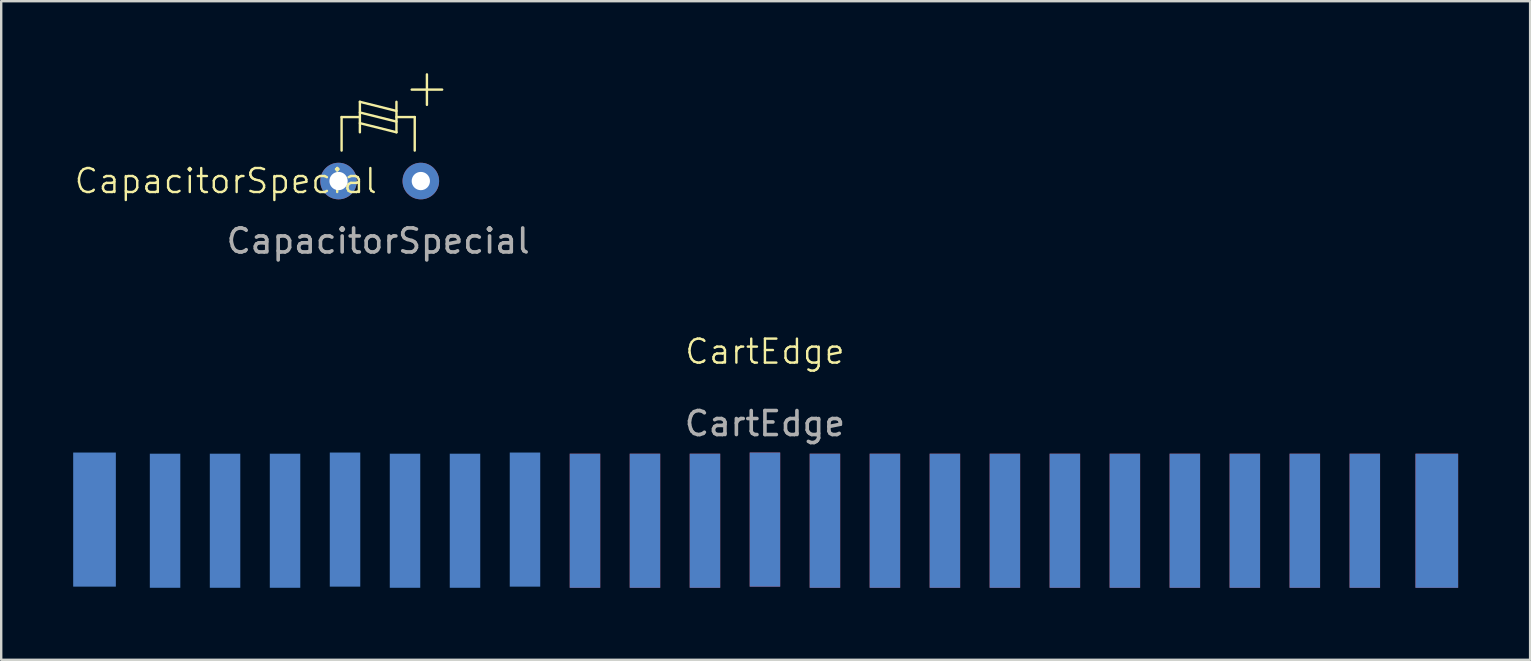
<source format=kicad_pcb>
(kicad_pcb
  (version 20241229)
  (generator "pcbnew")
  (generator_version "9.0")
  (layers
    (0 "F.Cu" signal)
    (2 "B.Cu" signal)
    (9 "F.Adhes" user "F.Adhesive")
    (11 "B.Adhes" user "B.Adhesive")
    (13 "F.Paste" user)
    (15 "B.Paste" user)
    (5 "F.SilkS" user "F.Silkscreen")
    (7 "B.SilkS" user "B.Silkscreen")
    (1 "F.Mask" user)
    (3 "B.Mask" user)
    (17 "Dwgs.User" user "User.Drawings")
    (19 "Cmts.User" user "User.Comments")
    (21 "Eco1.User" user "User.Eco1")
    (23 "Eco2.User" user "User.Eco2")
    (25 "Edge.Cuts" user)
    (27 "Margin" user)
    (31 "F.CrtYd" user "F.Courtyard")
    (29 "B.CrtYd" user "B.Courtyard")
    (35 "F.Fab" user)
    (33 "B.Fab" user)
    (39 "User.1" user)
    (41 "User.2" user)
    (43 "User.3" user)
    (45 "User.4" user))
  (footprint "CartEdge"
    (layer "F.Cu")
    (at 28.829 15.604)
    (property "Reference" "CartEdge" (at 0 -4 0) (unlocked yes) (layer "F.SilkS") (effects (font (size 1 1) (thickness 0.1))))
    (attr smd)
    (fp_text user "${REFERENCE}" (at 0 -1 0) (unlocked yes) (layer "F.Fab") (effects (font (size 1 1) (thickness 0.15))))
    (pad "5" smd rect (at 28 3.048) (size 1.778 5.588) (layers "B.Cu" "B.Mask" "B.Paste"))
    (pad "6" smd rect (at 25 3.048) (size 1.27 5.588) (layers "B.Cu" "B.Mask" "B.Paste"))
    (pad "7" smd rect (at 22.5 3.048) (size 1.27 5.588) (layers "B.Cu" "B.Mask" "B.Paste"))
    (pad "8" smd rect (at 20 3.048) (size 1.27 5.588) (layers "B.Cu" "B.Mask" "B.Paste"))
    (pad "9" smd rect (at 17.5 3.048) (size 1.27 5.588) (layers "B.Cu" "B.Mask" "B.Paste"))
    (pad "10" smd rect (at 15 3.048) (size 1.27 5.588) (layers "B.Cu" "B.Mask" "B.Paste"))
    (pad "11" smd rect (at 12.5 3.048) (size 1.27 5.588) (layers "B.Cu" "B.Mask" "B.Paste"))
    (pad "12" smd rect (at 10 3.048) (size 1.27 5.588) (layers "B.Cu" "B.Mask" "B.Paste"))
    (pad "13" smd rect (at 7.5 3.048) (size 1.27 5.588) (layers "B.Cu" "B.Mask" "B.Paste"))
    (pad "14" smd rect (at 5 3.048) (size 1.27 5.588) (layers "B.Cu" "B.Mask" "B.Paste"))
    (pad "15" smd rect (at 2.5 3.048) (size 1.27 5.588) (layers "B.Cu" "B.Mask" "B.Paste"))
    (pad "16" smd rect (at 0 3) (size 1.27 5.588) (layers "B.Cu" "B.Mask" "B.Paste"))
    (pad "17" smd rect (at -2.5 3.048) (size 1.27 5.588) (layers "B.Cu" "B.Mask" "B.Paste"))
    (pad "18" smd rect (at -5 3.048) (size 1.27 5.588) (layers "B.Cu" "B.Mask" "B.Paste"))
    (pad "19" smd rect (at -7.5 3.048) (size 1.27 5.588) (layers "B.Cu" "B.Mask" "B.Paste"))
    (pad "20" smd rect (at -10 3) (size 1.27 5.588) (layers "B.Cu" "B.Mask" "B.Paste"))
    (pad "21" smd rect (at -12.5 3.048) (size 1.27 5.588) (layers "B.Cu" "B.Mask" "B.Paste"))
    (pad "22" smd rect (at -15 3.048) (size 1.27 5.588) (layers "B.Cu" "B.Mask" "B.Paste"))
    (pad "23" smd rect (at -17.5 3) (size 1.27 5.588) (layers "B.Cu" "B.Mask" "B.Paste"))
    (pad "24" smd rect (at -20 3.048) (size 1.27 5.588) (layers "B.Cu" "B.Mask" "B.Paste"))
    (pad "25" smd rect (at -22.5 3.048) (size 1.27 5.588) (layers "B.Cu" "B.Mask" "B.Paste"))
    (pad "26" smd rect (at -25 3.048) (size 1.27 5.588) (layers "B.Cu" "B.Mask" "B.Paste"))
    (pad "27" smd rect (at -27.94 3) (size 1.778 5.588) (layers "B.Cu" "B.Mask" "B.Paste"))
    (pad "36" smd rect (at 28 3.048) (size 1.778 5.588) (layers "F.Cu" "B.Mask" "B.Paste"))
    (pad "37" smd rect (at 25 3.048) (size 1.27 5.588) (layers "F.Cu" "B.Mask" "B.Paste"))
    (pad "38" smd rect (at 22.5 3.048) (size 1.27 5.588) (layers "F.Cu" "B.Mask" "B.Paste"))
    (pad "39" smd rect (at 20 3.048) (size 1.27 5.588) (layers "F.Cu" "B.Mask" "B.Paste"))
    (pad "40" smd rect (at 17.5 3.048) (size 1.27 5.588) (layers "F.Cu" "B.Mask" "B.Paste"))
    (pad "41" smd rect (at 15 3.048) (size 1.27 5.588) (layers "F.Cu" "B.Mask" "B.Paste"))
    (pad "42" smd rect (at 12.5 3.048) (size 1.27 5.588) (layers "F.Cu" "B.Mask" "B.Paste"))
    (pad "43" smd rect (at 10 3.048) (size 1.27 5.588) (layers "F.Cu" "B.Mask" "B.Paste"))
    (pad "44" smd rect (at 7.5 3.048) (size 1.27 5.588) (layers "F.Cu" "B.Mask" "B.Paste"))
    (pad "45" smd rect (at 5 3.048) (size 1.27 5.588) (layers "F.Cu" "B.Mask" "B.Paste"))
    (pad "46" smd rect (at 2.5 3.048) (size 1.27 5.588) (layers "F.Cu" "B.Mask" "B.Paste"))
    (pad "47" smd rect (at 0 3) (size 1.27 5.588) (layers "F.Cu" "B.Mask" "B.Paste"))
    (pad "48" smd rect (at -2.5 3.048) (size 1.27 5.588) (layers "F.Cu" "B.Mask" "B.Paste"))
    (pad "49" smd rect (at -5 3.048) (size 1.27 5.588) (layers "F.Cu" "B.Mask" "B.Paste"))
    (pad "50" smd rect (at -7.5 3.048) (size 1.27 5.588) (layers "F.Cu" "B.Mask" "B.Paste")))
  (footprint "CapacitorSpecial"
    (layer "F.Cu")
    (at 12.71 4.495)
    (property "Reference" "CapacitorSpecial" (at -6.35 0 0) (unlocked yes) (layer "F.SilkS") (effects (font (size 1 1) (thickness 0.1))))
    (attr through_hole)
    (fp_line (start -1.524 -2.667) (end -0.762 -2.667) (stroke (width 0.1) (type default)) (layer "F.SilkS"))
    (fp_line (start -1.524 -1.27) (end -1.524 -2.667) (stroke (width 0.1) (type default)) (layer "F.SilkS"))
    (fp_line (start -0.762 -3.302) (end -0.762 -2.032) (stroke (width 0.1) (type default)) (layer "F.SilkS"))
    (fp_line (start -0.762 -3.302) (end 0.762 -2.921) (stroke (width 0.1) (type default)) (layer "F.SilkS"))
    (fp_line (start 0.762 -3.302) (end 0.762 -2.032) (stroke (width 0.1) (type default)) (layer "F.SilkS"))
    (fp_line (start 0.762 -2.477) (end -0.762 -2.857) (stroke (width 0.1) (type default)) (layer "F.SilkS"))
    (fp_line (start 0.762 -2.032) (end -0.762 -2.413) (stroke (width 0.1) (type default)) (layer "F.SilkS"))
    (fp_line (start 1.397 -3.81) (end 2.667 -3.81) (stroke (width 0.1) (type default)) (layer "F.SilkS"))
    (fp_line (start 1.524 -2.667) (end 0.762 -2.667) (stroke (width 0.1) (type default)) (layer "F.SilkS"))
    (fp_line (start 1.524 -2.667) (end 1.524 -1.27) (stroke (width 0.1) (type default)) (layer "F.SilkS"))
    (fp_line (start 2.032 -3.175) (end 2.032 -4.445) (stroke (width 0.1) (type default)) (layer "F.SilkS"))
    (fp_text user "${REFERENCE}" (at 0 2.5 0) (unlocked yes) (layer "F.Fab") (effects (font (size 1 1) (thickness 0.15))))
    (pad "1" thru_hole circle (at -1.651 0) (size 1.524 1.524) (drill 0.762) (layers "*.Cu" "*.Mask"))
    (pad "2" thru_hole circle (at 1.778 0) (size 1.524 1.524) (drill 0.762) (layers "*.Cu" "*.Mask")))
  (gr_rect
    (start -3 -3)
    (end 60.718 24.446)
    (stroke (width 0.1) (type default))
    (fill no)
    (layer "Edge.Cuts")))
</source>
